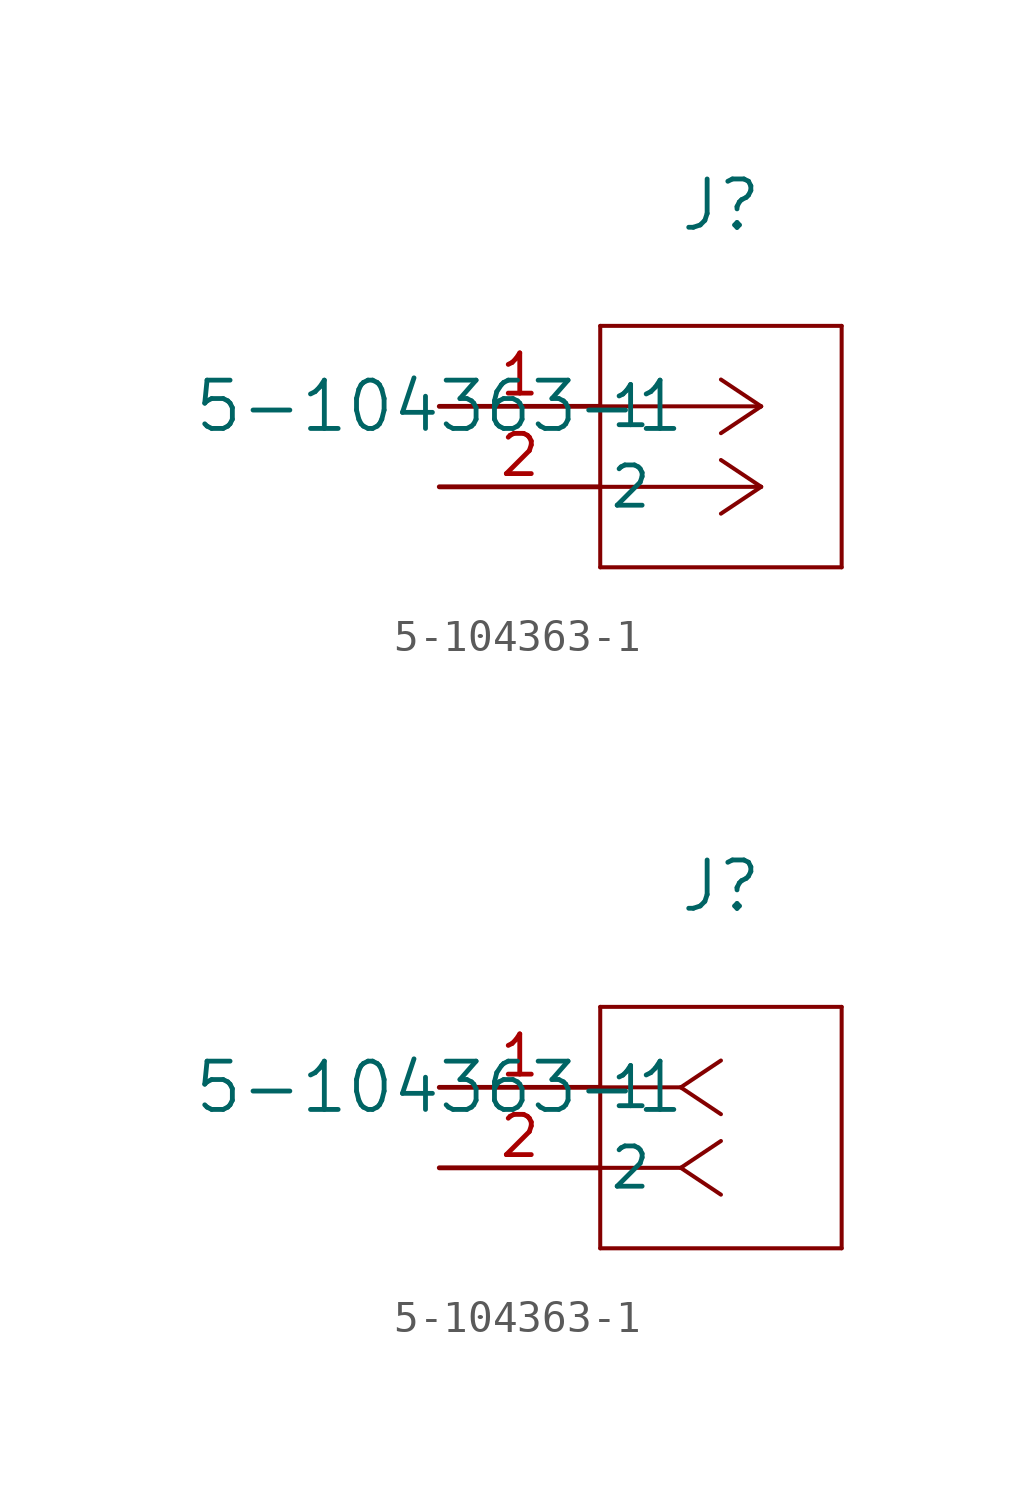
<source format=kicad_sym>
(kicad_symbol_lib
  (version 20211014)
  (generator kicad_symbol_editor)
  (symbol "5-104363-1"
    (pin_names
      (offset 0.254))
    (property "Reference" "J"
      (at 8.89 6.35 0)
      (effects (font (size 1.524 1.524))))
    (property "Value" "5-104363-1"
      (at 0 0 0)
      (effects (font (size 1.524 1.524))))
    (symbol "5-104363-1_1_1"
      (polyline (pts (xy 10.16 0) (xy 5.08 0)) (stroke (width 0.127) (type default) (color 0 0 0 0)) (fill (type none)))
      (polyline (pts (xy 10.16 -2.54) (xy 5.08 -2.54)) (stroke (width 0.127) (type default) (color 0 0 0 0)) (fill (type none)))
      (polyline (pts (xy 10.16 0) (xy 8.89 0.847)) (stroke (width 0.127) (type default) (color 0 0 0 0)) (fill (type none)))
      (polyline (pts (xy 10.16 -2.54) (xy 8.89 -1.693)) (stroke (width 0.127) (type default) (color 0 0 0 0)) (fill (type none)))
      (polyline (pts (xy 10.16 0) (xy 8.89 -0.847)) (stroke (width 0.127) (type default) (color 0 0 0 0)) (fill (type none)))
      (polyline (pts (xy 10.16 -2.54) (xy 8.89 -3.387)) (stroke (width 0.127) (type default) (color 0 0 0 0)) (fill (type none)))
      (polyline (pts (xy 5.08 2.54) (xy 5.08 -5.08)) (stroke (width 0.127) (type default) (color 0 0 0 0)) (fill (type none)))
      (polyline (pts (xy 5.08 -5.08) (xy 12.7 -5.08)) (stroke (width 0.127) (type default) (color 0 0 0 0)) (fill (type none)))
      (polyline (pts (xy 12.7 -5.08) (xy 12.7 2.54)) (stroke (width 0.127) (type default) (color 0 0 0 0)) (fill (type none)))
      (polyline (pts (xy 12.7 2.54) (xy 5.08 2.54)) (stroke (width 0.127) (type default) (color 0 0 0 0)) (fill (type none)))
      (pin unspecified line (at 0 0 0) (length 5.08) (name "1" (effects (font (size 1.27 1.27)))) (number "1" (effects (font (size 1.27 1.27)))))
      (pin unspecified line (at 0 -2.54 0) (length 5.08) (name "2" (effects (font (size 1.27 1.27)))) (number "2" (effects (font (size 1.27 1.27))))))
    (symbol "5-104363-1_1_2"
      (polyline (pts (xy 7.62 0) (xy 5.08 0)) (stroke (width 0.127) (type default) (color 0 0 0 0)) (fill (type none)))
      (polyline (pts (xy 7.62 -2.54) (xy 5.08 -2.54)) (stroke (width 0.127) (type default) (color 0 0 0 0)) (fill (type none)))
      (polyline (pts (xy 7.62 0) (xy 8.89 0.847)) (stroke (width 0.127) (type default) (color 0 0 0 0)) (fill (type none)))
      (polyline (pts (xy 7.62 -2.54) (xy 8.89 -1.693)) (stroke (width 0.127) (type default) (color 0 0 0 0)) (fill (type none)))
      (polyline (pts (xy 7.62 0) (xy 8.89 -0.847)) (stroke (width 0.127) (type default) (color 0 0 0 0)) (fill (type none)))
      (polyline (pts (xy 7.62 -2.54) (xy 8.89 -3.387)) (stroke (width 0.127) (type default) (color 0 0 0 0)) (fill (type none)))
      (polyline (pts (xy 5.08 2.54) (xy 5.08 -5.08)) (stroke (width 0.127) (type default) (color 0 0 0 0)) (fill (type none)))
      (polyline (pts (xy 5.08 -5.08) (xy 12.7 -5.08)) (stroke (width 0.127) (type default) (color 0 0 0 0)) (fill (type none)))
      (polyline (pts (xy 12.7 -5.08) (xy 12.7 2.54)) (stroke (width 0.127) (type default) (color 0 0 0 0)) (fill (type none)))
      (polyline (pts (xy 12.7 2.54) (xy 5.08 2.54)) (stroke (width 0.127) (type default) (color 0 0 0 0)) (fill (type none)))
      (pin unspecified line (at 0 0 0) (length 5.08) (name "1" (effects (font (size 1.27 1.27)))) (number "1" (effects (font (size 1.27 1.27)))))
      (pin unspecified line (at 0 -2.54 0) (length 5.08) (name "2" (effects (font (size 1.27 1.27)))) (number "2" (effects (font (size 1.27 1.27))))))))
</source>
